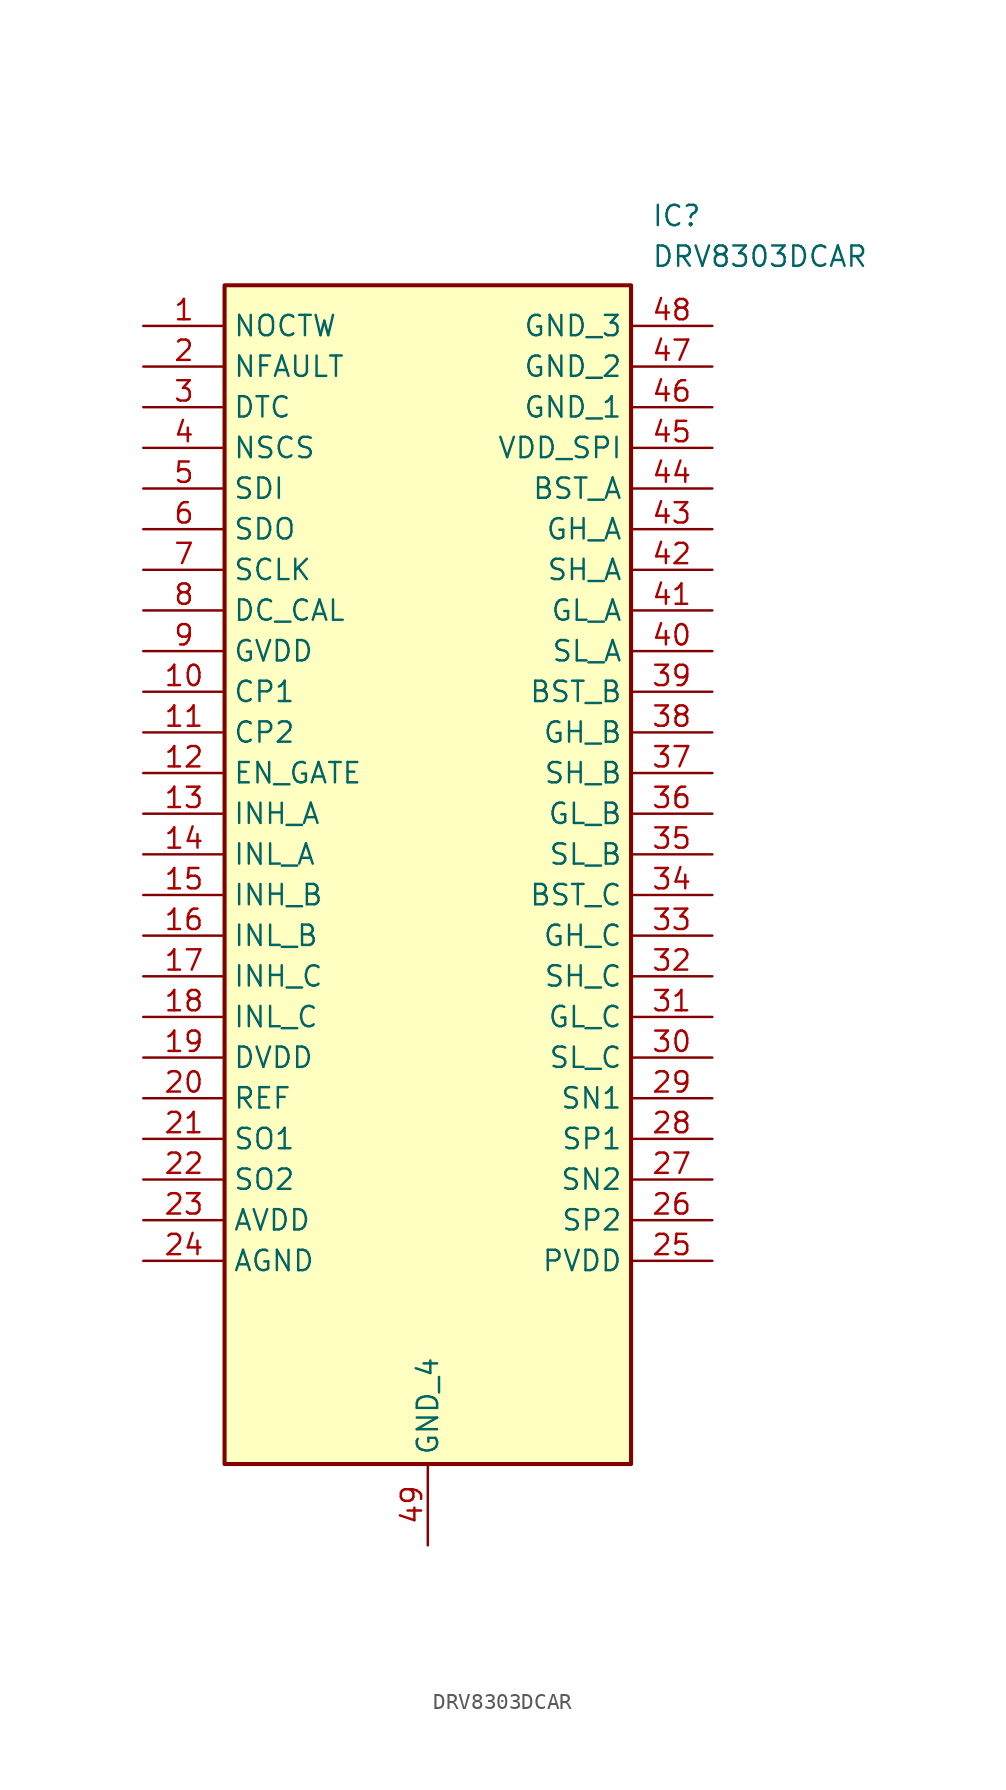
<source format=kicad_sym>
(kicad_symbol_lib
  (version 20211014)
  (generator SamacSys_ECAD_Model)
  (symbol "DRV8303DCAR"
    (property "Reference" "IC"
      (at 31.75 7.62 0)
      (effects (font (size 1.27 1.27)) (justify left top)))
    (property "Value" "DRV8303DCAR"
      (at 31.75 5.08 0)
      (effects (font (size 1.27 1.27)) (justify left top)))
    (rectangle
      (start 5.08 2.54)
      (end 30.48 -71.12)
      (stroke (width 0.254) (type default))
      (fill (type background)))
    (pin passive line
      (at 0 0 0)
      (length 5.08)
      (name "NOCTW" (effects (font (size 1.27 1.27))))
      (number "1" (effects (font (size 1.27 1.27)))))
    (pin passive line
      (at 0 -2.54 0)
      (length 5.08)
      (name "NFAULT" (effects (font (size 1.27 1.27))))
      (number "2" (effects (font (size 1.27 1.27)))))
    (pin passive line
      (at 0 -5.08 0)
      (length 5.08)
      (name "DTC" (effects (font (size 1.27 1.27))))
      (number "3" (effects (font (size 1.27 1.27)))))
    (pin passive line
      (at 0 -7.62 0)
      (length 5.08)
      (name "NSCS" (effects (font (size 1.27 1.27))))
      (number "4" (effects (font (size 1.27 1.27)))))
    (pin passive line
      (at 0 -10.16 0)
      (length 5.08)
      (name "SDI" (effects (font (size 1.27 1.27))))
      (number "5" (effects (font (size 1.27 1.27)))))
    (pin passive line
      (at 0 -12.7 0)
      (length 5.08)
      (name "SDO" (effects (font (size 1.27 1.27))))
      (number "6" (effects (font (size 1.27 1.27)))))
    (pin passive line
      (at 0 -15.24 0)
      (length 5.08)
      (name "SCLK" (effects (font (size 1.27 1.27))))
      (number "7" (effects (font (size 1.27 1.27)))))
    (pin passive line
      (at 0 -17.78 0)
      (length 5.08)
      (name "DC_CAL" (effects (font (size 1.27 1.27))))
      (number "8" (effects (font (size 1.27 1.27)))))
    (pin passive line
      (at 0 -20.32 0)
      (length 5.08)
      (name "GVDD" (effects (font (size 1.27 1.27))))
      (number "9" (effects (font (size 1.27 1.27)))))
    (pin passive line
      (at 0 -22.86 0)
      (length 5.08)
      (name "CP1" (effects (font (size 1.27 1.27))))
      (number "10" (effects (font (size 1.27 1.27)))))
    (pin passive line
      (at 0 -25.4 0)
      (length 5.08)
      (name "CP2" (effects (font (size 1.27 1.27))))
      (number "11" (effects (font (size 1.27 1.27)))))
    (pin passive line
      (at 0 -27.94 0)
      (length 5.08)
      (name "EN_GATE" (effects (font (size 1.27 1.27))))
      (number "12" (effects (font (size 1.27 1.27)))))
    (pin passive line
      (at 0 -30.48 0)
      (length 5.08)
      (name "INH_A" (effects (font (size 1.27 1.27))))
      (number "13" (effects (font (size 1.27 1.27)))))
    (pin passive line
      (at 0 -33.02 0)
      (length 5.08)
      (name "INL_A" (effects (font (size 1.27 1.27))))
      (number "14" (effects (font (size 1.27 1.27)))))
    (pin passive line
      (at 0 -35.56 0)
      (length 5.08)
      (name "INH_B" (effects (font (size 1.27 1.27))))
      (number "15" (effects (font (size 1.27 1.27)))))
    (pin passive line
      (at 0 -38.1 0)
      (length 5.08)
      (name "INL_B" (effects (font (size 1.27 1.27))))
      (number "16" (effects (font (size 1.27 1.27)))))
    (pin passive line
      (at 0 -40.64 0)
      (length 5.08)
      (name "INH_C" (effects (font (size 1.27 1.27))))
      (number "17" (effects (font (size 1.27 1.27)))))
    (pin passive line
      (at 0 -43.18 0)
      (length 5.08)
      (name "INL_C" (effects (font (size 1.27 1.27))))
      (number "18" (effects (font (size 1.27 1.27)))))
    (pin passive line
      (at 0 -45.72 0)
      (length 5.08)
      (name "DVDD" (effects (font (size 1.27 1.27))))
      (number "19" (effects (font (size 1.27 1.27)))))
    (pin passive line
      (at 0 -48.26 0)
      (length 5.08)
      (name "REF" (effects (font (size 1.27 1.27))))
      (number "20" (effects (font (size 1.27 1.27)))))
    (pin passive line
      (at 0 -50.8 0)
      (length 5.08)
      (name "SO1" (effects (font (size 1.27 1.27))))
      (number "21" (effects (font (size 1.27 1.27)))))
    (pin passive line
      (at 0 -53.34 0)
      (length 5.08)
      (name "SO2" (effects (font (size 1.27 1.27))))
      (number "22" (effects (font (size 1.27 1.27)))))
    (pin passive line
      (at 0 -55.88 0)
      (length 5.08)
      (name "AVDD" (effects (font (size 1.27 1.27))))
      (number "23" (effects (font (size 1.27 1.27)))))
    (pin passive line
      (at 0 -58.42 0)
      (length 5.08)
      (name "AGND" (effects (font (size 1.27 1.27))))
      (number "24" (effects (font (size 1.27 1.27)))))
    (pin passive line
      (at 17.78 -76.2 90)
      (length 5.08)
      (name "GND_4" (effects (font (size 1.27 1.27))))
      (number "49" (effects (font (size 1.27 1.27)))))
    (pin passive line
      (at 35.56 0 180)
      (length 5.08)
      (name "GND_3" (effects (font (size 1.27 1.27))))
      (number "48" (effects (font (size 1.27 1.27)))))
    (pin passive line
      (at 35.56 -2.54 180)
      (length 5.08)
      (name "GND_2" (effects (font (size 1.27 1.27))))
      (number "47" (effects (font (size 1.27 1.27)))))
    (pin passive line
      (at 35.56 -5.08 180)
      (length 5.08)
      (name "GND_1" (effects (font (size 1.27 1.27))))
      (number "46" (effects (font (size 1.27 1.27)))))
    (pin passive line
      (at 35.56 -7.62 180)
      (length 5.08)
      (name "VDD_SPI" (effects (font (size 1.27 1.27))))
      (number "45" (effects (font (size 1.27 1.27)))))
    (pin passive line
      (at 35.56 -10.16 180)
      (length 5.08)
      (name "BST_A" (effects (font (size 1.27 1.27))))
      (number "44" (effects (font (size 1.27 1.27)))))
    (pin passive line
      (at 35.56 -12.7 180)
      (length 5.08)
      (name "GH_A" (effects (font (size 1.27 1.27))))
      (number "43" (effects (font (size 1.27 1.27)))))
    (pin passive line
      (at 35.56 -15.24 180)
      (length 5.08)
      (name "SH_A" (effects (font (size 1.27 1.27))))
      (number "42" (effects (font (size 1.27 1.27)))))
    (pin passive line
      (at 35.56 -17.78 180)
      (length 5.08)
      (name "GL_A" (effects (font (size 1.27 1.27))))
      (number "41" (effects (font (size 1.27 1.27)))))
    (pin passive line
      (at 35.56 -20.32 180)
      (length 5.08)
      (name "SL_A" (effects (font (size 1.27 1.27))))
      (number "40" (effects (font (size 1.27 1.27)))))
    (pin passive line
      (at 35.56 -22.86 180)
      (length 5.08)
      (name "BST_B" (effects (font (size 1.27 1.27))))
      (number "39" (effects (font (size 1.27 1.27)))))
    (pin passive line
      (at 35.56 -25.4 180)
      (length 5.08)
      (name "GH_B" (effects (font (size 1.27 1.27))))
      (number "38" (effects (font (size 1.27 1.27)))))
    (pin passive line
      (at 35.56 -27.94 180)
      (length 5.08)
      (name "SH_B" (effects (font (size 1.27 1.27))))
      (number "37" (effects (font (size 1.27 1.27)))))
    (pin passive line
      (at 35.56 -30.48 180)
      (length 5.08)
      (name "GL_B" (effects (font (size 1.27 1.27))))
      (number "36" (effects (font (size 1.27 1.27)))))
    (pin passive line
      (at 35.56 -33.02 180)
      (length 5.08)
      (name "SL_B" (effects (font (size 1.27 1.27))))
      (number "35" (effects (font (size 1.27 1.27)))))
    (pin passive line
      (at 35.56 -35.56 180)
      (length 5.08)
      (name "BST_C" (effects (font (size 1.27 1.27))))
      (number "34" (effects (font (size 1.27 1.27)))))
    (pin passive line
      (at 35.56 -38.1 180)
      (length 5.08)
      (name "GH_C" (effects (font (size 1.27 1.27))))
      (number "33" (effects (font (size 1.27 1.27)))))
    (pin passive line
      (at 35.56 -40.64 180)
      (length 5.08)
      (name "SH_C" (effects (font (size 1.27 1.27))))
      (number "32" (effects (font (size 1.27 1.27)))))
    (pin passive line
      (at 35.56 -43.18 180)
      (length 5.08)
      (name "GL_C" (effects (font (size 1.27 1.27))))
      (number "31" (effects (font (size 1.27 1.27)))))
    (pin passive line
      (at 35.56 -45.72 180)
      (length 5.08)
      (name "SL_C" (effects (font (size 1.27 1.27))))
      (number "30" (effects (font (size 1.27 1.27)))))
    (pin passive line
      (at 35.56 -48.26 180)
      (length 5.08)
      (name "SN1" (effects (font (size 1.27 1.27))))
      (number "29" (effects (font (size 1.27 1.27)))))
    (pin passive line
      (at 35.56 -50.8 180)
      (length 5.08)
      (name "SP1" (effects (font (size 1.27 1.27))))
      (number "28" (effects (font (size 1.27 1.27)))))
    (pin passive line
      (at 35.56 -53.34 180)
      (length 5.08)
      (name "SN2" (effects (font (size 1.27 1.27))))
      (number "27" (effects (font (size 1.27 1.27)))))
    (pin passive line
      (at 35.56 -55.88 180)
      (length 5.08)
      (name "SP2" (effects (font (size 1.27 1.27))))
      (number "26" (effects (font (size 1.27 1.27)))))
    (pin passive line
      (at 35.56 -58.42 180)
      (length 5.08)
      (name "PVDD" (effects (font (size 1.27 1.27))))
      (number "25" (effects (font (size 1.27 1.27)))))))
</source>
